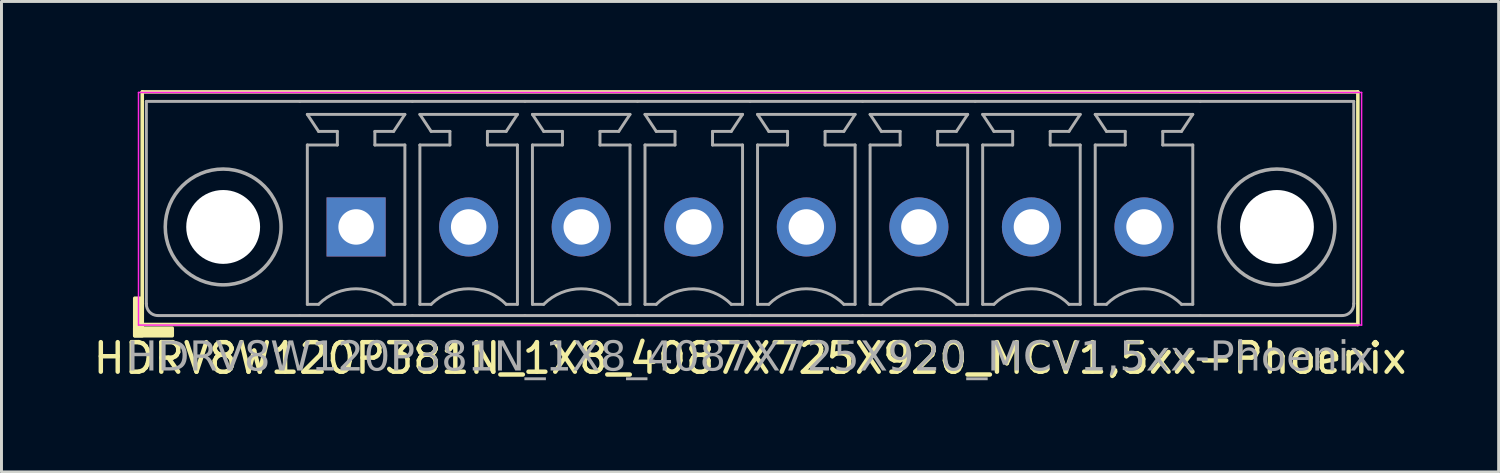
<source format=kicad_pcb>
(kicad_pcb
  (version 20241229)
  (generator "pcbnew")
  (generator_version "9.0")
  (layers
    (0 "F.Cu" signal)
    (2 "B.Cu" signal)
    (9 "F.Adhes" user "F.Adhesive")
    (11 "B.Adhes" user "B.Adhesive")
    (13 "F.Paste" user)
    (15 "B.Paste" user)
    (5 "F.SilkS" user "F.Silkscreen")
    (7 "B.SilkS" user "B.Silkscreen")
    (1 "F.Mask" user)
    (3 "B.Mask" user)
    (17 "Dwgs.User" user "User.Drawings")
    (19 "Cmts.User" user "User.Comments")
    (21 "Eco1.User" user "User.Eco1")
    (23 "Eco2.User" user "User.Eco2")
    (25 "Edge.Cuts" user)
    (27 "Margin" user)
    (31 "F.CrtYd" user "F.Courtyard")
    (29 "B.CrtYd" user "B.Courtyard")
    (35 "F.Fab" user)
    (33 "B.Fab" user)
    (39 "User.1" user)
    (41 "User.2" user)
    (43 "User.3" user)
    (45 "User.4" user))
  (footprint "HDRV8W120P381N_1X8_4087X725X920_MCV1,5xx-Phoenix"
    (layer "F.Cu")
    (at 22.339 4.632)
    (property "Reference" "HDRV8W120P381N_1X8_4087X725X920_MCV1,5xx-Phoenix" (at 0 4.445 0) (layer "F.SilkS") (effects (font (size 1 1) (thickness 0.15))))
    (attr through_hole)
    (fp_line (start -20.574 -4.572) (end -20.574 3.302) (stroke (width 0.12) (type solid)) (layer "F.SilkS"))
    (fp_line (start -20.574 3.302) (end 20.574 3.302) (stroke (width 0.12) (type solid)) (layer "F.SilkS"))
    (fp_line (start 20.574 -4.572) (end -20.574 -4.572) (stroke (width 0.12) (type solid)) (layer "F.SilkS"))
    (fp_line (start 20.574 -4.572) (end 20.574 3.302) (stroke (width 0.12) (type solid)) (layer "F.SilkS"))
    (fp_rect (start -20.574 2.413) (end -20.828 3.683) (stroke (width 0.12) (type solid)) (fill yes) (layer "F.SilkS"))
    (fp_rect (start -19.558 3.683) (end -20.828 3.429) (stroke (width 0.12) (type solid)) (fill yes) (layer "F.SilkS"))
    (fp_line (start -20.701 3.322) (end -20.701 -4.552) (stroke (width 0.05) (type solid)) (layer "F.CrtYd"))
    (fp_line (start 20.701 -4.552) (end -20.701 -4.552) (stroke (width 0.05) (type solid)) (layer "F.CrtYd"))
    (fp_line (start 20.701 3.322) (end -20.701 3.322) (stroke (width 0.05) (type solid)) (layer "F.CrtYd"))
    (fp_line (start 20.701 3.322) (end 20.701 -4.552) (stroke (width 0.05) (type solid)) (layer "F.CrtYd"))
    (fp_line (start -20.435 -4.25) (end -20.435 2.6) (stroke (width 0.1) (type solid)) (layer "F.Fab"))
    (fp_line (start -20.435 -4.25) (end -15.24 -4.25) (stroke (width 0.1) (type solid)) (layer "F.Fab"))
    (fp_line (start -15.24 3) (end -20.054 3) (stroke (width 0.1) (type solid)) (layer "F.Fab"))
    (fp_line (start -14.986 -3.81) (end -11.684 -3.81) (stroke (width 0.1) (type default)) (layer "F.Fab"))
    (fp_line (start -14.986 -2.774) (end -13.97 -2.774) (stroke (width 0.1) (type default)) (layer "F.Fab"))
    (fp_line (start -14.986 2.619) (end -14.986 -2.774) (stroke (width 0.1) (type default)) (layer "F.Fab"))
    (fp_line (start -14.605 -3.234) (end -14.986 -3.81) (stroke (width 0.1) (type default)) (layer "F.Fab"))
    (fp_line (start -14.605 2.619) (end -14.986 2.619) (stroke (width 0.1) (type default)) (layer "F.Fab"))
    (fp_line (start -13.97 -3.234) (end -14.605 -3.234) (stroke (width 0.1) (type default)) (layer "F.Fab"))
    (fp_line (start -13.97 -2.774) (end -13.97 -3.234) (stroke (width 0.1) (type default)) (layer "F.Fab"))
    (fp_line (start -12.7 -3.234) (end -12.065 -3.234) (stroke (width 0.1) (type default)) (layer "F.Fab"))
    (fp_line (start -12.7 -2.774) (end -12.7 -3.234) (stroke (width 0.1) (type default)) (layer "F.Fab"))
    (fp_line (start -12.065 -3.234) (end -11.684 -3.81) (stroke (width 0.1) (type default)) (layer "F.Fab"))
    (fp_line (start -12.065 2.619) (end -11.684 2.619) (stroke (width 0.1) (type default)) (layer "F.Fab"))
    (fp_line (start -11.684 -2.774) (end -12.7 -2.774) (stroke (width 0.1) (type default)) (layer "F.Fab"))
    (fp_line (start -11.684 2.619) (end -11.684 -2.774) (stroke (width 0.1) (type default)) (layer "F.Fab"))
    (fp_line (start -11.43 -4.25) (end -15.24 -4.25) (stroke (width 0.1) (type solid)) (layer "F.Fab"))
    (fp_line (start -11.43 -4.25) (end -7.62 -4.25) (stroke (width 0.1) (type solid)) (layer "F.Fab"))
    (fp_line (start -11.43 3) (end -15.24 3) (stroke (width 0.1) (type solid)) (layer "F.Fab"))
    (fp_line (start -11.43 3) (end -7.62 3) (stroke (width 0.1) (type solid)) (layer "F.Fab"))
    (fp_line (start -11.176 -2.774) (end -10.16 -2.774) (stroke (width 0.1) (type default)) (layer "F.Fab"))
    (fp_line (start -11.176 2.619) (end -11.176 -2.774) (stroke (width 0.1) (type default)) (layer "F.Fab"))
    (fp_line (start -10.795 -3.234) (end -11.176 -3.81) (stroke (width 0.1) (type default)) (layer "F.Fab"))
    (fp_line (start -10.795 2.619) (end -11.176 2.619) (stroke (width 0.1) (type default)) (layer "F.Fab"))
    (fp_line (start -10.16 -3.234) (end -10.795 -3.234) (stroke (width 0.1) (type default)) (layer "F.Fab"))
    (fp_line (start -10.16 -2.774) (end -10.16 -3.234) (stroke (width 0.1) (type default)) (layer "F.Fab"))
    (fp_line (start -8.89 -3.234) (end -8.255 -3.234) (stroke (width 0.1) (type default)) (layer "F.Fab"))
    (fp_line (start -8.89 -2.774) (end -8.89 -3.234) (stroke (width 0.1) (type default)) (layer "F.Fab"))
    (fp_line (start -8.255 -3.234) (end -7.874 -3.81) (stroke (width 0.1) (type default)) (layer "F.Fab"))
    (fp_line (start -8.255 2.619) (end -7.874 2.619) (stroke (width 0.1) (type default)) (layer "F.Fab"))
    (fp_line (start -7.874 -3.81) (end -11.176 -3.81) (stroke (width 0.1) (type default)) (layer "F.Fab"))
    (fp_line (start -7.874 -2.774) (end -8.89 -2.774) (stroke (width 0.1) (type default)) (layer "F.Fab"))
    (fp_line (start -7.874 2.619) (end -7.874 -2.774) (stroke (width 0.1) (type default)) (layer "F.Fab"))
    (fp_line (start -7.62 -4.25) (end -3.81 -4.25) (stroke (width 0.1) (type solid)) (layer "F.Fab"))
    (fp_line (start -7.62 3) (end -3.81 3) (stroke (width 0.1) (type solid)) (layer "F.Fab"))
    (fp_line (start -7.366 -2.774) (end -6.35 -2.774) (stroke (width 0.1) (type default)) (layer "F.Fab"))
    (fp_line (start -7.366 2.619) (end -7.366 -2.774) (stroke (width 0.1) (type default)) (layer "F.Fab"))
    (fp_line (start -6.985 -3.234) (end -7.366 -3.81) (stroke (width 0.1) (type default)) (layer "F.Fab"))
    (fp_line (start -6.985 2.619) (end -7.366 2.619) (stroke (width 0.1) (type default)) (layer "F.Fab"))
    (fp_line (start -6.35 -3.234) (end -6.985 -3.234) (stroke (width 0.1) (type default)) (layer "F.Fab"))
    (fp_line (start -6.35 -2.774) (end -6.35 -3.234) (stroke (width 0.1) (type default)) (layer "F.Fab"))
    (fp_line (start -5.08 -3.234) (end -4.445 -3.234) (stroke (width 0.1) (type default)) (layer "F.Fab"))
    (fp_line (start -5.08 -2.774) (end -5.08 -3.234) (stroke (width 0.1) (type default)) (layer "F.Fab"))
    (fp_line (start -4.445 -3.234) (end -4.064 -3.81) (stroke (width 0.1) (type default)) (layer "F.Fab"))
    (fp_line (start -4.445 2.619) (end -4.064 2.619) (stroke (width 0.1) (type default)) (layer "F.Fab"))
    (fp_line (start -4.064 -3.81) (end -7.366 -3.81) (stroke (width 0.1) (type default)) (layer "F.Fab"))
    (fp_line (start -4.064 -2.774) (end -5.08 -2.774) (stroke (width 0.1) (type default)) (layer "F.Fab"))
    (fp_line (start -4.064 2.619) (end -4.064 -2.774) (stroke (width 0.1) (type default)) (layer "F.Fab"))
    (fp_line (start -3.81 -4.25) (end 0 -4.25) (stroke (width 0.1) (type solid)) (layer "F.Fab"))
    (fp_line (start -3.81 3) (end 0 3) (stroke (width 0.1) (type solid)) (layer "F.Fab"))
    (fp_line (start -3.556 -2.774) (end -2.54 -2.774) (stroke (width 0.1) (type default)) (layer "F.Fab"))
    (fp_line (start -3.556 2.619) (end -3.556 -2.774) (stroke (width 0.1) (type default)) (layer "F.Fab"))
    (fp_line (start -3.175 -3.234) (end -3.556 -3.81) (stroke (width 0.1) (type default)) (layer "F.Fab"))
    (fp_line (start -3.175 2.619) (end -3.556 2.619) (stroke (width 0.1) (type default)) (layer "F.Fab"))
    (fp_line (start -2.54 -3.234) (end -3.175 -3.234) (stroke (width 0.1) (type default)) (layer "F.Fab"))
    (fp_line (start -2.54 -2.774) (end -2.54 -3.234) (stroke (width 0.1) (type default)) (layer "F.Fab"))
    (fp_line (start -1.27 -3.234) (end -0.635 -3.234) (stroke (width 0.1) (type default)) (layer "F.Fab"))
    (fp_line (start -1.27 -2.774) (end -1.27 -3.234) (stroke (width 0.1) (type default)) (layer "F.Fab"))
    (fp_line (start -0.635 -3.234) (end -0.254 -3.81) (stroke (width 0.1) (type default)) (layer "F.Fab"))
    (fp_line (start -0.635 2.619) (end -0.254 2.619) (stroke (width 0.1) (type default)) (layer "F.Fab"))
    (fp_line (start -0.254 -3.81) (end -3.556 -3.81) (stroke (width 0.1) (type default)) (layer "F.Fab"))
    (fp_line (start -0.254 -2.774) (end -1.27 -2.774) (stroke (width 0.1) (type default)) (layer "F.Fab"))
    (fp_line (start -0.254 2.619) (end -0.254 -2.774) (stroke (width 0.1) (type default)) (layer "F.Fab"))
    (fp_line (start 0 -4.25) (end 3.81 -4.25) (stroke (width 0.1) (type solid)) (layer "F.Fab"))
    (fp_line (start 0 3) (end 3.81 3) (stroke (width 0.1) (type solid)) (layer "F.Fab"))
    (fp_line (start 0.254 -2.774) (end 1.27 -2.774) (stroke (width 0.1) (type default)) (layer "F.Fab"))
    (fp_line (start 0.254 2.619) (end 0.254 -2.774) (stroke (width 0.1) (type default)) (layer "F.Fab"))
    (fp_line (start 0.635 -3.234) (end 0.254 -3.81) (stroke (width 0.1) (type default)) (layer "F.Fab"))
    (fp_line (start 0.635 2.619) (end 0.254 2.619) (stroke (width 0.1) (type default)) (layer "F.Fab"))
    (fp_line (start 1.27 -3.234) (end 0.635 -3.234) (stroke (width 0.1) (type default)) (layer "F.Fab"))
    (fp_line (start 1.27 -2.774) (end 1.27 -3.234) (stroke (width 0.1) (type default)) (layer "F.Fab"))
    (fp_line (start 2.54 -3.234) (end 3.175 -3.234) (stroke (width 0.1) (type default)) (layer "F.Fab"))
    (fp_line (start 2.54 -2.774) (end 2.54 -3.234) (stroke (width 0.1) (type default)) (layer "F.Fab"))
    (fp_line (start 3.175 -3.234) (end 3.556 -3.81) (stroke (width 0.1) (type default)) (layer "F.Fab"))
    (fp_line (start 3.175 2.619) (end 3.556 2.619) (stroke (width 0.1) (type default)) (layer "F.Fab"))
    (fp_line (start 3.556 -3.81) (end 0.254 -3.81) (stroke (width 0.1) (type default)) (layer "F.Fab"))
    (fp_line (start 3.556 -2.774) (end 2.54 -2.774) (stroke (width 0.1) (type default)) (layer "F.Fab"))
    (fp_line (start 3.556 2.619) (end 3.556 -2.774) (stroke (width 0.1) (type default)) (layer "F.Fab"))
    (fp_line (start 3.81 -4.25) (end 7.62 -4.25) (stroke (width 0.1) (type solid)) (layer "F.Fab"))
    (fp_line (start 3.81 3) (end 7.62 3) (stroke (width 0.1) (type solid)) (layer "F.Fab"))
    (fp_line (start 4.064 -2.774) (end 5.08 -2.774) (stroke (width 0.1) (type default)) (layer "F.Fab"))
    (fp_line (start 4.064 2.619) (end 4.064 -2.774) (stroke (width 0.1) (type default)) (layer "F.Fab"))
    (fp_line (start 4.445 -3.234) (end 4.064 -3.81) (stroke (width 0.1) (type default)) (layer "F.Fab"))
    (fp_line (start 4.445 2.619) (end 4.064 2.619) (stroke (width 0.1) (type default)) (layer "F.Fab"))
    (fp_line (start 5.08 -3.234) (end 4.445 -3.234) (stroke (width 0.1) (type default)) (layer "F.Fab"))
    (fp_line (start 5.08 -2.774) (end 5.08 -3.234) (stroke (width 0.1) (type default)) (layer "F.Fab"))
    (fp_line (start 6.35 -3.234) (end 6.985 -3.234) (stroke (width 0.1) (type default)) (layer "F.Fab"))
    (fp_line (start 6.35 -2.774) (end 6.35 -3.234) (stroke (width 0.1) (type default)) (layer "F.Fab"))
    (fp_line (start 6.985 -3.234) (end 7.366 -3.81) (stroke (width 0.1) (type default)) (layer "F.Fab"))
    (fp_line (start 6.985 2.619) (end 7.366 2.619) (stroke (width 0.1) (type default)) (layer "F.Fab"))
    (fp_line (start 7.366 -3.81) (end 4.064 -3.81) (stroke (width 0.1) (type default)) (layer "F.Fab"))
    (fp_line (start 7.366 -2.774) (end 6.35 -2.774) (stroke (width 0.1) (type default)) (layer "F.Fab"))
    (fp_line (start 7.366 2.619) (end 7.366 -2.774) (stroke (width 0.1) (type default)) (layer "F.Fab"))
    (fp_line (start 7.62 -4.25) (end 15.24 -4.25) (stroke (width 0.1) (type solid)) (layer "F.Fab"))
    (fp_line (start 7.62 3) (end 15.24 3) (stroke (width 0.1) (type solid)) (layer "F.Fab"))
    (fp_line (start 7.874 -2.774) (end 8.89 -2.774) (stroke (width 0.1) (type default)) (layer "F.Fab"))
    (fp_line (start 7.874 2.619) (end 7.874 -2.774) (stroke (width 0.1) (type default)) (layer "F.Fab"))
    (fp_line (start 8.255 -3.234) (end 7.874 -3.81) (stroke (width 0.1) (type default)) (layer "F.Fab"))
    (fp_line (start 8.255 2.619) (end 7.874 2.619) (stroke (width 0.1) (type default)) (layer "F.Fab"))
    (fp_line (start 8.89 -3.234) (end 8.255 -3.234) (stroke (width 0.1) (type default)) (layer "F.Fab"))
    (fp_line (start 8.89 -2.774) (end 8.89 -3.234) (stroke (width 0.1) (type default)) (layer "F.Fab"))
    (fp_line (start 10.16 -3.234) (end 10.795 -3.234) (stroke (width 0.1) (type default)) (layer "F.Fab"))
    (fp_line (start 10.16 -2.774) (end 10.16 -3.234) (stroke (width 0.1) (type default)) (layer "F.Fab"))
    (fp_line (start 10.795 -3.234) (end 11.176 -3.81) (stroke (width 0.1) (type default)) (layer "F.Fab"))
    (fp_line (start 10.795 2.619) (end 11.176 2.619) (stroke (width 0.1) (type default)) (layer "F.Fab"))
    (fp_line (start 11.176 -3.81) (end 7.874 -3.81) (stroke (width 0.1) (type default)) (layer "F.Fab"))
    (fp_line (start 11.176 -2.774) (end 10.16 -2.774) (stroke (width 0.1) (type default)) (layer "F.Fab"))
    (fp_line (start 11.176 2.619) (end 11.176 -2.774) (stroke (width 0.1) (type default)) (layer "F.Fab"))
    (fp_line (start 11.684 -2.774) (end 12.7 -2.774) (stroke (width 0.1) (type default)) (layer "F.Fab"))
    (fp_line (start 11.684 2.619) (end 11.684 -2.774) (stroke (width 0.1) (type default)) (layer "F.Fab"))
    (fp_line (start 12.065 -3.234) (end 11.684 -3.81) (stroke (width 0.1) (type default)) (layer "F.Fab"))
    (fp_line (start 12.065 2.619) (end 11.684 2.619) (stroke (width 0.1) (type default)) (layer "F.Fab"))
    (fp_line (start 12.7 -3.234) (end 12.065 -3.234) (stroke (width 0.1) (type default)) (layer "F.Fab"))
    (fp_line (start 12.7 -2.774) (end 12.7 -3.234) (stroke (width 0.1) (type default)) (layer "F.Fab"))
    (fp_line (start 13.97 -3.234) (end 14.605 -3.234) (stroke (width 0.1) (type default)) (layer "F.Fab"))
    (fp_line (start 13.97 -2.774) (end 13.97 -3.234) (stroke (width 0.1) (type default)) (layer "F.Fab"))
    (fp_line (start 14.605 -3.234) (end 14.986 -3.81) (stroke (width 0.1) (type default)) (layer "F.Fab"))
    (fp_line (start 14.605 2.619) (end 14.986 2.619) (stroke (width 0.1) (type default)) (layer "F.Fab"))
    (fp_line (start 14.986 -3.81) (end 11.684 -3.81) (stroke (width 0.1) (type default)) (layer "F.Fab"))
    (fp_line (start 14.986 -2.774) (end 13.97 -2.774) (stroke (width 0.1) (type default)) (layer "F.Fab"))
    (fp_line (start 14.986 2.619) (end 14.986 -2.774) (stroke (width 0.1) (type default)) (layer "F.Fab"))
    (fp_line (start 15.24 3) (end 20.054 3) (stroke (width 0.1) (type solid)) (layer "F.Fab"))
    (fp_line (start 20.435 -4.25) (end 15.24 -4.25) (stroke (width 0.1) (type solid)) (layer "F.Fab"))
    (fp_line (start 20.435 -4.25) (end 20.435 2.6) (stroke (width 0.1) (type solid)) (layer "F.Fab"))
    (fp_rect (start -13.589 -0.254) (end -13.081 0.254) (stroke (width 0.1) (type solid)) (fill no) (layer "F.Fab"))
    (fp_rect (start -9.271 -0.254) (end -9.779 0.254) (stroke (width 0.1) (type solid)) (fill no) (layer "F.Fab"))
    (fp_rect (start -5.461 -0.254) (end -5.969 0.254) (stroke (width 0.1) (type solid)) (fill no) (layer "F.Fab"))
    (fp_rect (start -1.651 -0.254) (end -2.159 0.254) (stroke (width 0.1) (type solid)) (fill no) (layer "F.Fab"))
    (fp_rect (start 2.159 -0.254) (end 1.651 0.254) (stroke (width 0.1) (type solid)) (fill no) (layer "F.Fab"))
    (fp_rect (start 5.969 -0.254) (end 5.461 0.254) (stroke (width 0.1) (type solid)) (fill no) (layer "F.Fab"))
    (fp_rect (start 9.779 -0.254) (end 9.271 0.254) (stroke (width 0.1) (type solid)) (fill no) (layer "F.Fab"))
    (fp_rect (start 13.589 -0.254) (end 13.081 0.254) (stroke (width 0.1) (type solid)) (fill no) (layer "F.Fab"))
    (fp_arc (start -20.054 3) (mid -20.327342 2.878907) (end -20.435 2.6) (stroke (width 0.1) (type solid)) (layer "F.Fab"))
    (fp_arc (start -14.605 2.619) (mid -13.335 2.092948) (end -12.065 2.619) (stroke (width 0.1) (type default)) (layer "F.Fab"))
    (fp_arc (start -10.795 2.619) (mid -9.525 2.092948) (end -8.255 2.619) (stroke (width 0.1) (type default)) (layer "F.Fab"))
    (fp_arc (start -6.985 2.619) (mid -5.715 2.092948) (end -4.445 2.619) (stroke (width 0.1) (type default)) (layer "F.Fab"))
    (fp_arc (start -3.175 2.619) (mid -1.905 2.092948) (end -0.635 2.619) (stroke (width 0.1) (type default)) (layer "F.Fab"))
    (fp_arc (start 0.635 2.619) (mid 1.905 2.092948) (end 3.175 2.619) (stroke (width 0.1) (type default)) (layer "F.Fab"))
    (fp_arc (start 4.445 2.619) (mid 5.715 2.092948) (end 6.985 2.619) (stroke (width 0.1) (type default)) (layer "F.Fab"))
    (fp_arc (start 8.255 2.619) (mid 9.525 2.092948) (end 10.795 2.619) (stroke (width 0.1) (type default)) (layer "F.Fab"))
    (fp_arc (start 12.065 2.619) (mid 13.335 2.092948) (end 14.605 2.619) (stroke (width 0.1) (type default)) (layer "F.Fab"))
    (fp_arc (start 20.435 2.6) (mid 20.327343 2.878908) (end 20.054 3) (stroke (width 0.1) (type solid)) (layer "F.Fab"))
    (fp_circle (center -17.835 0) (end -15.875 0) (stroke (width 0.12) (type default)) (fill no) (layer "F.Fab"))
    (fp_circle (center 17.835 0) (end 15.875 0) (stroke (width 0.12) (type default)) (fill no) (layer "F.Fab"))
    (fp_text user "${REFERENCE}" (at 0 4.445 0) (layer "F.Fab") (effects (font (face "Tahoma") (size 1 1) (thickness 0.15))))
    (pad "" np_thru_hole circle (at -17.835 0) (size 2.5 2.5) (drill 2.5) (layers "*.Cu" "*.Mask"))
    (pad "" np_thru_hole circle (at 17.835 0) (size 2.5 2.5) (drill 2.5) (layers "*.Cu" "*.Mask"))
    (pad "1" thru_hole rect (at -13.335 0) (size 2 2) (drill 1.2) (layers "*.Cu" "*.Mask"))
    (pad "2" thru_hole circle (at -9.525 0) (size 2 2) (drill 1.2) (layers "*.Cu" "*.Mask"))
    (pad "3" thru_hole circle (at -5.715 0) (size 2 2) (drill 1.2) (layers "*.Cu" "*.Mask"))
    (pad "4" thru_hole circle (at -1.905 0) (size 2 2) (drill 1.2) (layers "*.Cu" "*.Mask"))
    (pad "5" thru_hole circle (at 1.905 0) (size 2 2) (drill 1.2) (layers "*.Cu" "*.Mask"))
    (pad "6" thru_hole circle (at 5.715 0) (size 2 2) (drill 1.2) (layers "*.Cu" "*.Mask"))
    (pad "7" thru_hole circle (at 9.525 0) (size 2 2) (drill 1.2) (layers "*.Cu" "*.Mask"))
    (pad "8" thru_hole circle (at 13.335 0) (size 2 2) (drill 1.2) (layers "*.Cu" "*.Mask")))
  (gr_rect
    (start -3 -3)
    (end 47.679 12.925)
    (stroke (width 0.1) (type default))
    (fill no)
    (layer "Edge.Cuts")))
</source>
